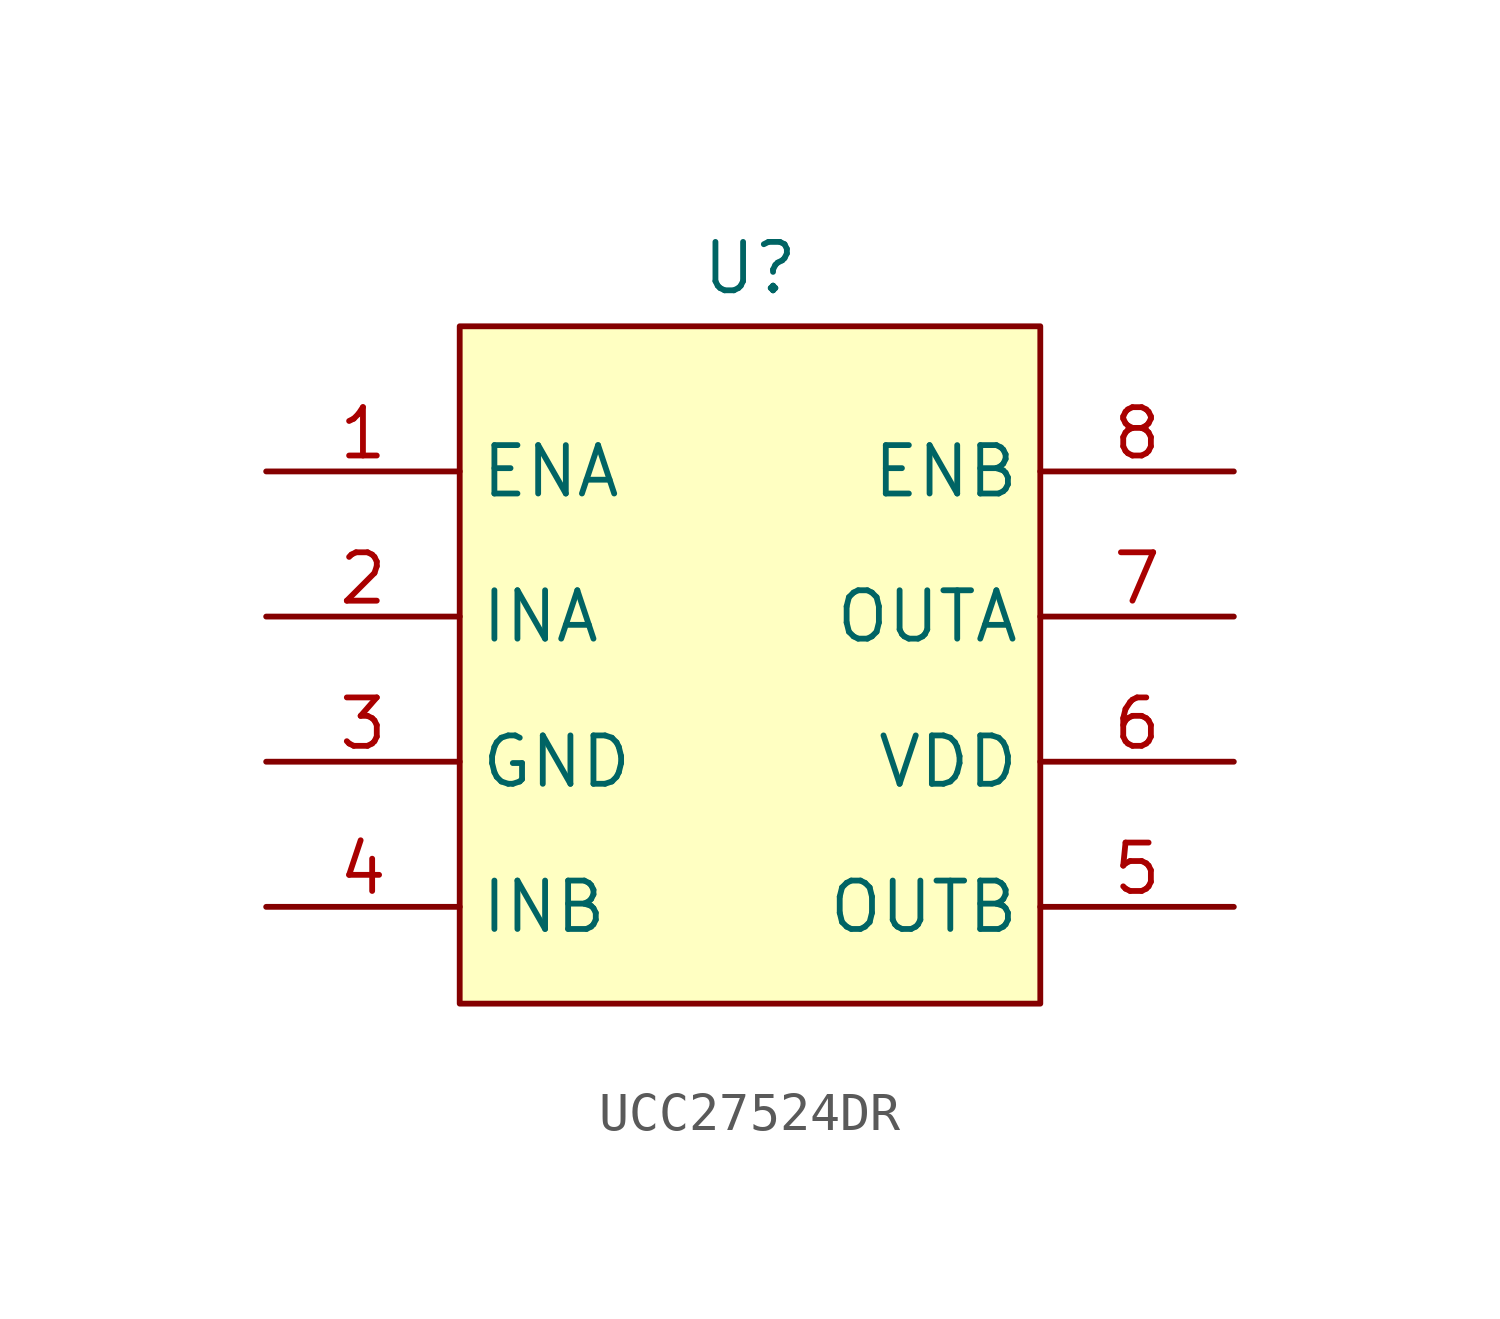
<source format=kicad_sym>
(kicad_symbol_lib
  (version 20231120)
  (generator "kicad_symbol_editor")
  (generator_version "8.0")
  (symbol "UCC27524DR"
    (property "Reference" "U"
      (at 0 9.144 0)
      (effects (font (size 1.27 1.27))))
    (property "Value" ""
      (at 2.54 1.27 0)
      (effects (font (size 1.27 1.27))))
    (symbol "UCC27524DR_0_1"
      (rectangle (start -7.62 7.62) (end 7.62 -10.16) (stroke (width 0) (type default)) (fill (type background))))
    (symbol "UCC27524DR_1_1"
      (pin input line (at -12.7 3.81 0) (length 5.08) (name "ENA" (effects (font (size 1.27 1.27)))) (number "1" (effects (font (size 1.27 1.27)))))
      (pin input line (at -12.7 0 0) (length 5.08) (name "INA" (effects (font (size 1.27 1.27)))) (number "2" (effects (font (size 1.27 1.27)))))
      (pin input line (at -12.7 -3.81 0) (length 5.08) (name "GND" (effects (font (size 1.27 1.27)))) (number "3" (effects (font (size 1.27 1.27)))))
      (pin input line (at -12.7 -7.62 0) (length 5.08) (name "INB" (effects (font (size 1.27 1.27)))) (number "4" (effects (font (size 1.27 1.27)))))
      (pin input line (at 12.7 -7.62 180) (length 5.08) (name "OUTB" (effects (font (size 1.27 1.27)))) (number "5" (effects (font (size 1.27 1.27)))))
      (pin input line (at 12.7 -3.81 180) (length 5.08) (name "VDD" (effects (font (size 1.27 1.27)))) (number "6" (effects (font (size 1.27 1.27)))))
      (pin output line (at 12.7 0 180) (length 5.08) (name "OUTA" (effects (font (size 1.27 1.27)))) (number "7" (effects (font (size 1.27 1.27)))))
      (pin input line (at 12.7 3.81 180) (length 5.08) (name "ENB" (effects (font (size 1.27 1.27)))) (number "8" (effects (font (size 1.27 1.27))))))))
</source>
